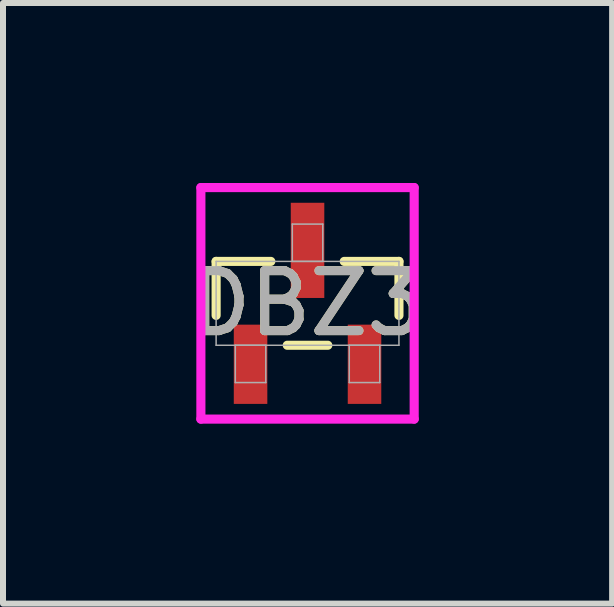
<source format=kicad_pcb>
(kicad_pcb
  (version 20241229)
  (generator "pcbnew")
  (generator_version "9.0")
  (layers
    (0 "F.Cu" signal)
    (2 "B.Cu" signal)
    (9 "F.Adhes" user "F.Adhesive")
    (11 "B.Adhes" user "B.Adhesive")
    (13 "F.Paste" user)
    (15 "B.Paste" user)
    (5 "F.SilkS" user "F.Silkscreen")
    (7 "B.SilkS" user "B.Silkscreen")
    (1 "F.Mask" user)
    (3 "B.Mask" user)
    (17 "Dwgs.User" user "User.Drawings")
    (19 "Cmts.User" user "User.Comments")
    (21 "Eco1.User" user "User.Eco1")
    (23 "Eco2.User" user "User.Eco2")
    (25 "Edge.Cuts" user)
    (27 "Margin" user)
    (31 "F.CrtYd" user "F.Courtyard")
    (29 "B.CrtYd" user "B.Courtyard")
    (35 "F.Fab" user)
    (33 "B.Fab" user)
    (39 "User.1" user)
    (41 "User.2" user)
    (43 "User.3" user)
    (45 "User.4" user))
  (footprint "DBZ3"
    (layer "F.Cu")
    (at 2.077 2.007)
    (property "Reference" "DBZ3" (at 0 0 0) (unlocked yes) (layer "F.SilkS") (effects (font (size 1 1) (thickness 0.15))))
    (attr smd)
    (fp_line (start -1.524 -0.699) (end -1.524 0.201) (stroke (width 0.152) (type solid)) (layer "F.SilkS"))
    (fp_line (start -0.612 -0.699) (end -1.524 -0.699) (stroke (width 0.152) (type solid)) (layer "F.SilkS"))
    (fp_line (start -0.338 0.699) (end 0.338 0.699) (stroke (width 0.152) (type solid)) (layer "F.SilkS"))
    (fp_line (start 1.524 -0.699) (end 0.612 -0.699) (stroke (width 0.152) (type solid)) (layer "F.SilkS"))
    (fp_line (start 1.524 0.201) (end 1.524 -0.699) (stroke (width 0.152) (type solid)) (layer "F.SilkS"))
    (fp_line (start -1.778 -1.93) (end 1.778 -1.93) (stroke (width 0.152) (type solid)) (layer "F.CrtYd"))
    (fp_line (start -1.778 1.93) (end -1.778 -1.93) (stroke (width 0.152) (type solid)) (layer "F.CrtYd"))
    (fp_line (start 1.778 -1.93) (end 1.778 1.93) (stroke (width 0.152) (type solid)) (layer "F.CrtYd"))
    (fp_line (start 1.778 1.93) (end -1.778 1.93) (stroke (width 0.152) (type solid)) (layer "F.CrtYd"))
    (fp_line (start -1.524 -0.699) (end -1.524 0.699) (stroke (width 0.025) (type solid)) (layer "F.Fab"))
    (fp_line (start -1.524 0.699) (end 1.524 0.699) (stroke (width 0.025) (type solid)) (layer "F.Fab"))
    (fp_line (start -1.204 0.699) (end -1.204 1.321) (stroke (width 0.025) (type solid)) (layer "F.Fab"))
    (fp_line (start -1.204 1.321) (end -0.696 1.321) (stroke (width 0.025) (type solid)) (layer "F.Fab"))
    (fp_line (start -0.696 0.699) (end -1.204 0.699) (stroke (width 0.025) (type solid)) (layer "F.Fab"))
    (fp_line (start -0.696 1.321) (end -0.696 0.699) (stroke (width 0.025) (type solid)) (layer "F.Fab"))
    (fp_line (start -0.254 -1.321) (end -0.254 -0.699) (stroke (width 0.025) (type solid)) (layer "F.Fab"))
    (fp_line (start -0.254 -0.699) (end 0.254 -0.699) (stroke (width 0.025) (type solid)) (layer "F.Fab"))
    (fp_line (start 0.254 -1.321) (end -0.254 -1.321) (stroke (width 0.025) (type solid)) (layer "F.Fab"))
    (fp_line (start 0.254 -0.699) (end 0.254 -1.321) (stroke (width 0.025) (type solid)) (layer "F.Fab"))
    (fp_line (start 0.696 0.699) (end 0.696 1.321) (stroke (width 0.025) (type solid)) (layer "F.Fab"))
    (fp_line (start 0.696 1.321) (end 1.204 1.321) (stroke (width 0.025) (type solid)) (layer "F.Fab"))
    (fp_line (start 1.204 0.699) (end 0.696 0.699) (stroke (width 0.025) (type solid)) (layer "F.Fab"))
    (fp_line (start 1.204 1.321) (end 1.204 0.699) (stroke (width 0.025) (type solid)) (layer "F.Fab"))
    (fp_line (start 1.524 -0.699) (end -1.524 -0.699) (stroke (width 0.025) (type solid)) (layer "F.Fab"))
    (fp_line (start 1.524 0.699) (end 1.524 -0.699) (stroke (width 0.025) (type solid)) (layer "F.Fab"))
    (fp_text user "${REFERENCE}" (at 0 0 0) (unlocked yes) (layer "F.Fab") (effects (font (size 1 1) (thickness 0.15))))
    (pad "1" smd rect (at -0.95 1.016) (size 0.559 1.321) (layers "F.Cu" "F.Mask" "F.Paste"))
    (pad "2" smd rect (at 0.95 1.016) (size 0.559 1.321) (layers "F.Cu" "F.Mask" "F.Paste"))
    (pad "3" smd rect (at 0 -0.883) (size 0.559 1.587) (layers "F.Cu" "F.Mask" "F.Paste")))
  (gr_rect
    (start -3 -3)
    (end 7.155 7.013)
    (stroke (width 0.1) (type default))
    (fill no)
    (layer "Edge.Cuts")))
</source>
